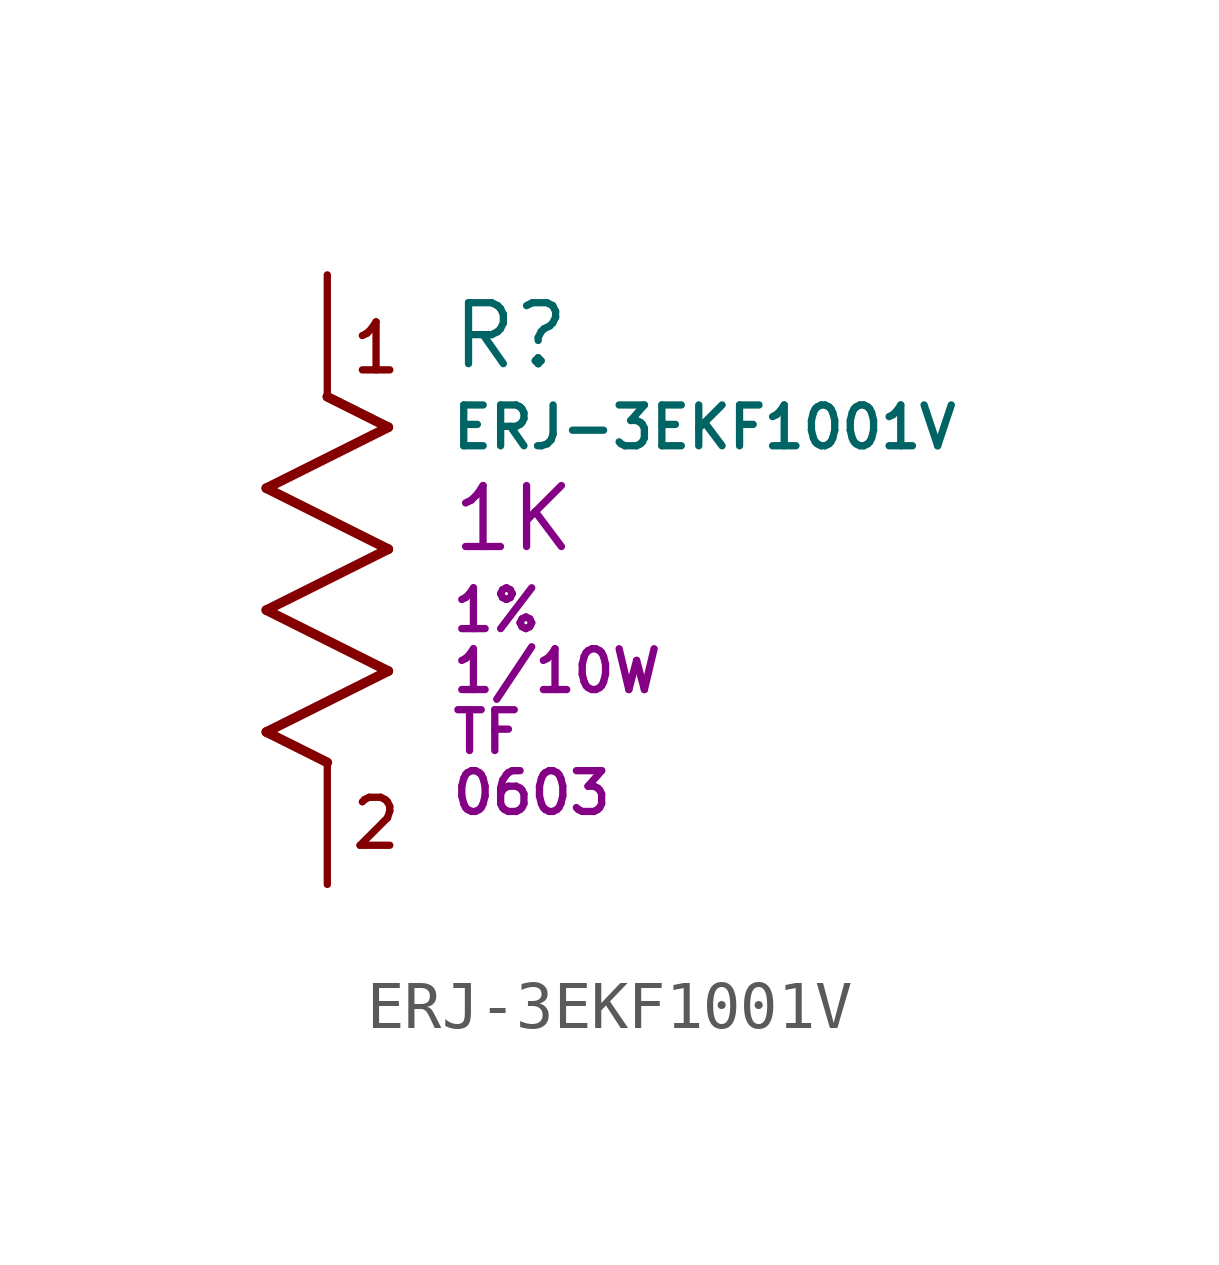
<source format=kicad_sym>
(kicad_symbol_lib
  (version 20211014)
  (generator kicad_symbol_editor)
  (symbol "ERJ-3EKF1001V"
    (pin_numbers hide)
    (pin_names
      (offset -2.54) hide)
    (property "Reference" "R"
      (at 2.54 -1.27 0)
      (effects (font (size 1.27 1.27)) (justify left)))
    (property "Value" "ERJ-3EKF1001V"
      (at 2.54 -3.175 0)
      (effects (font (size 0.85 0.85)) (justify left)))
    (property "Resistance" "1K"
      (at 2.54 -5.08 0)
      (effects (font (size 1.27 1.27)) (justify left)))
    (property "Tolerance" "1%"
      (at 2.54 -6.985 0)
      (effects (font (size 0.85 0.85)) (justify left)))
    (property "Power Dissipation" "1/10W"
      (at 2.54 -8.255 0)
      (effects (font (size 0.85 0.85)) (justify left)))
    (property "Type" "TF"
      (at 2.54 -9.525 0)
      (effects (font (size 0.85 0.85)) (justify left)))
    (property "Size" "0603"
      (at 2.54 -10.795 0)
      (effects (font (size 0.85 0.85)) (justify left)))
    (symbol "ERJ-3EKF1001V_0_0"
      (text "1" (at 1.016 -1.524 0) (effects (font (size 1 1))))
      (text "2" (at 1.016 -11.43 0) (effects (font (size 1 1)))))
    (symbol "ERJ-3EKF1001V_1_1"
      (polyline (pts (xy -1.27 -9.525) (xy 1.27 -8.255)) (stroke (width 0.203) (type default) (color 0 0 0 0)) (fill (type none)))
      (polyline (pts (xy -1.27 -6.985) (xy 1.27 -5.715)) (stroke (width 0.203) (type default) (color 0 0 0 0)) (fill (type none)))
      (polyline (pts (xy -1.27 -4.445) (xy 1.27 -3.175)) (stroke (width 0.203) (type default) (color 0 0 0 0)) (fill (type none)))
      (polyline (pts (xy 0 -10.16) (xy -1.27 -9.525)) (stroke (width 0.203) (type default) (color 0 0 0 0)) (fill (type none)))
      (polyline (pts (xy 1.27 -8.255) (xy -1.27 -6.985)) (stroke (width 0.203) (type default) (color 0 0 0 0)) (fill (type none)))
      (polyline (pts (xy 1.27 -5.715) (xy -1.27 -4.445)) (stroke (width 0.203) (type default) (color 0 0 0 0)) (fill (type none)))
      (polyline (pts (xy 1.27 -3.175) (xy 0 -2.54)) (stroke (width 0.203) (type default) (color 0 0 0 0)) (fill (type none)))
      (pin passive line (at 0 0 270) (length 2.54) (name "1" (effects (font (size 1.27 1.27)))) (number "1" (effects (font (size 1.27 1.27)))))
      (pin passive line (at 0 -12.7 90) (length 2.54) (name "2" (effects (font (size 1.27 1.27)))) (number "2" (effects (font (size 1.27 1.27))))))))
</source>
